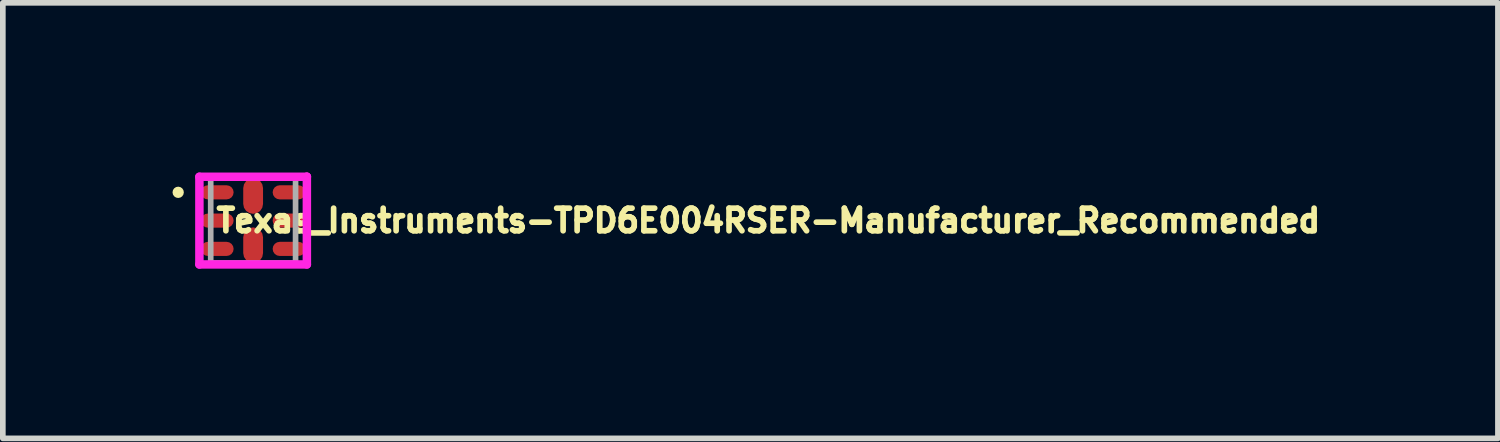
<source format=kicad_pcb>
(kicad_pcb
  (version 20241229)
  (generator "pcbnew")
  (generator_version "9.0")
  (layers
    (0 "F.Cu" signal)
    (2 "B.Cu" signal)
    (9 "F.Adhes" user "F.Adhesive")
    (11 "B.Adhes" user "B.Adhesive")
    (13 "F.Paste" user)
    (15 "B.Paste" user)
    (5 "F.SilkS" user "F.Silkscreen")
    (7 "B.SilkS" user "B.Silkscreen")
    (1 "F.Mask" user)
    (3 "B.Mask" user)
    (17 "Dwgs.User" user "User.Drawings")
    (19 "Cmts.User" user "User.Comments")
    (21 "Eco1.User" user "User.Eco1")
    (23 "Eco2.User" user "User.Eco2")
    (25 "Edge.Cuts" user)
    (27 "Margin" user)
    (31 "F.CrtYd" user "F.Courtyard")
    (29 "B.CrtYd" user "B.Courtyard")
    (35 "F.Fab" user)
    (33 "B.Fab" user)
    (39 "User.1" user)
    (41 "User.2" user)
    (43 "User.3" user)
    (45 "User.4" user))
  (footprint "Texas_Instruments-TPD6E004RSER-Manufacturer_Recommended"
    (layer "F.Cu")
    (at 1.425 0.85)
    (property "Reference" "Texas_Instruments-TPD6E004RSER-Manufacturer_Recommended" (at -0.7 0.000001 0) (layer "F.SilkS") (effects (font (size 0.4 0.4) (thickness 0.15)) (justify left)))
    (attr through_hole)
    (fp_circle (center -1.325 -0.5) (end -1.275 -0.5) (stroke (width 0.1) (type solid)) (fill no) (layer "F.SilkS"))
    (fp_poly (pts (xy -0.458 -0.612) (xy -0.812 -0.612) (xy -0.82 -0.612) (xy -0.828 -0.611) (xy -0.836 -0.61) (xy -0.843 -0.608) (xy -0.851 -0.605) (xy -0.858 -0.602) (xy -0.865 -0.598) (xy -0.871 -0.593) (xy -0.877 -0.589) (xy -0.883 -0.583) (xy -0.889 -0.577) (xy -0.893 -0.571) (xy -0.898 -0.565) (xy -0.902 -0.558) (xy -0.905 -0.551) (xy -0.908 -0.543) (xy -0.91 -0.536) (xy -0.911 -0.528) (xy -0.912 -0.52) (xy -0.912 -0.512) (xy -0.912 -0.487) (xy -0.912 -0.48) (xy -0.911 -0.472) (xy -0.91 -0.464) (xy -0.908 -0.457) (xy -0.905 -0.449) (xy -0.902 -0.442) (xy -0.898 -0.435) (xy -0.893 -0.429) (xy -0.889 -0.423) (xy -0.883 -0.417) (xy -0.877 -0.411) (xy -0.871 -0.407) (xy -0.865 -0.402) (xy -0.858 -0.398) (xy -0.851 -0.395) (xy -0.843 -0.392) (xy -0.836 -0.39) (xy -0.828 -0.389) (xy -0.82 -0.388) (xy -0.812 -0.387) (xy -0.458 -0.387) (xy -0.45 -0.388) (xy -0.442 -0.389) (xy -0.434 -0.39) (xy -0.427 -0.392) (xy -0.419 -0.395) (xy -0.412 -0.398) (xy -0.405 -0.402) (xy -0.399 -0.407) (xy -0.393 -0.411) (xy -0.387 -0.417) (xy -0.381 -0.423) (xy -0.377 -0.429) (xy -0.372 -0.435) (xy -0.368 -0.442) (xy -0.365 -0.449) (xy -0.362 -0.457) (xy -0.36 -0.464) (xy -0.359 -0.472) (xy -0.358 -0.48) (xy -0.358 -0.487) (xy -0.358 -0.512) (xy -0.358 -0.52) (xy -0.359 -0.528) (xy -0.36 -0.536) (xy -0.362 -0.543) (xy -0.365 -0.551) (xy -0.368 -0.558) (xy -0.372 -0.565) (xy -0.377 -0.571) (xy -0.381 -0.577) (xy -0.387 -0.583) (xy -0.392 -0.588) (xy -0.399 -0.593) (xy -0.405 -0.598) (xy -0.412 -0.601) (xy -0.419 -0.605) (xy -0.427 -0.607) (xy -0.434 -0.609) (xy -0.442 -0.611) (xy -0.45 -0.612) (xy -0.458 -0.612)) (stroke (width 0) (type solid)) (fill yes) (layer "F.Paste"))
    (fp_poly (pts (xy -0.458 0.388) (xy -0.812 0.388) (xy -0.82 0.388) (xy -0.828 0.389) (xy -0.836 0.39) (xy -0.843 0.392) (xy -0.851 0.395) (xy -0.858 0.398) (xy -0.865 0.402) (xy -0.871 0.407) (xy -0.877 0.411) (xy -0.883 0.417) (xy -0.889 0.423) (xy -0.893 0.429) (xy -0.898 0.435) (xy -0.902 0.442) (xy -0.905 0.449) (xy -0.908 0.457) (xy -0.91 0.464) (xy -0.911 0.472) (xy -0.912 0.48) (xy -0.912 0.488) (xy -0.912 0.513) (xy -0.912 0.52) (xy -0.911 0.528) (xy -0.91 0.536) (xy -0.908 0.543) (xy -0.905 0.551) (xy -0.902 0.558) (xy -0.898 0.565) (xy -0.893 0.571) (xy -0.889 0.577) (xy -0.883 0.583) (xy -0.877 0.589) (xy -0.871 0.593) (xy -0.865 0.598) (xy -0.858 0.602) (xy -0.851 0.605) (xy -0.843 0.608) (xy -0.836 0.61) (xy -0.828 0.611) (xy -0.82 0.612) (xy -0.812 0.613) (xy -0.458 0.613) (xy -0.45 0.612) (xy -0.442 0.611) (xy -0.434 0.61) (xy -0.427 0.608) (xy -0.419 0.605) (xy -0.412 0.602) (xy -0.405 0.598) (xy -0.399 0.593) (xy -0.393 0.589) (xy -0.387 0.583) (xy -0.381 0.577) (xy -0.377 0.571) (xy -0.372 0.565) (xy -0.368 0.558) (xy -0.365 0.551) (xy -0.362 0.543) (xy -0.36 0.536) (xy -0.359 0.528) (xy -0.358 0.52) (xy -0.358 0.513) (xy -0.358 0.488) (xy -0.358 0.48) (xy -0.359 0.472) (xy -0.36 0.464) (xy -0.362 0.457) (xy -0.365 0.449) (xy -0.368 0.442) (xy -0.372 0.435) (xy -0.377 0.429) (xy -0.381 0.423) (xy -0.387 0.417) (xy -0.392 0.412) (xy -0.399 0.407) (xy -0.405 0.402) (xy -0.412 0.399) (xy -0.419 0.395) (xy -0.427 0.393) (xy -0.434 0.391) (xy -0.442 0.389) (xy -0.45 0.388) (xy -0.458 0.388)) (stroke (width 0) (type solid)) (fill yes) (layer "F.Paste"))
    (fp_poly (pts (xy -0.358 0.013) (xy -0.358 -0.013) (xy -0.358 -0.02) (xy -0.359 -0.028) (xy -0.36 -0.036) (xy -0.362 -0.043) (xy -0.365 -0.051) (xy -0.368 -0.058) (xy -0.372 -0.065) (xy -0.377 -0.071) (xy -0.381 -0.077) (xy -0.387 -0.083) (xy -0.393 -0.089) (xy -0.399 -0.093) (xy -0.405 -0.098) (xy -0.412 -0.102) (xy -0.419 -0.105) (xy -0.427 -0.108) (xy -0.434 -0.11) (xy -0.442 -0.111) (xy -0.45 -0.112) (xy -0.458 -0.112) (xy -0.812 -0.112) (xy -0.82 -0.112) (xy -0.828 -0.111) (xy -0.836 -0.11) (xy -0.843 -0.108) (xy -0.851 -0.105) (xy -0.858 -0.102) (xy -0.865 -0.098) (xy -0.871 -0.093) (xy -0.877 -0.089) (xy -0.883 -0.083) (xy -0.889 -0.077) (xy -0.893 -0.071) (xy -0.898 -0.065) (xy -0.902 -0.058) (xy -0.905 -0.051) (xy -0.908 -0.043) (xy -0.91 -0.036) (xy -0.911 -0.028) (xy -0.912 -0.02) (xy -0.912 -0.013) (xy -0.912 0.013) (xy -0.912 0.02) (xy -0.911 0.028) (xy -0.91 0.036) (xy -0.908 0.043) (xy -0.905 0.051) (xy -0.902 0.058) (xy -0.898 0.065) (xy -0.893 0.071) (xy -0.889 0.077) (xy -0.883 0.083) (xy -0.877 0.089) (xy -0.871 0.093) (xy -0.865 0.098) (xy -0.858 0.102) (xy -0.851 0.105) (xy -0.843 0.108) (xy -0.836 0.11) (xy -0.828 0.111) (xy -0.82 0.112) (xy -0.812 0.112) (xy -0.458 0.112) (xy -0.45 0.112) (xy -0.442 0.111) (xy -0.434 0.11) (xy -0.427 0.108) (xy -0.419 0.105) (xy -0.412 0.102) (xy -0.405 0.098) (xy -0.399 0.093) (xy -0.393 0.089) (xy -0.387 0.083) (xy -0.382 0.078) (xy -0.377 0.071) (xy -0.372 0.065) (xy -0.369 0.058) (xy -0.365 0.051) (xy -0.363 0.043) (xy -0.361 0.036) (xy -0.359 0.028) (xy -0.358 0.02) (xy -0.358 0.013)) (stroke (width 0) (type solid)) (fill yes) (layer "F.Paste"))
    (fp_poly (pts (xy -0.061 -0.133) (xy 0.061 -0.133) (xy 0.069 -0.133) (xy 0.077 -0.134) (xy 0.085 -0.135) (xy 0.092 -0.137) (xy 0.1 -0.14) (xy 0.107 -0.144) (xy 0.114 -0.147) (xy 0.121 -0.152) (xy 0.127 -0.157) (xy 0.133 -0.162) (xy 0.138 -0.168) (xy 0.143 -0.174) (xy 0.148 -0.181) (xy 0.151 -0.188) (xy 0.155 -0.195) (xy 0.158 -0.203) (xy 0.16 -0.21) (xy 0.161 -0.218) (xy 0.162 -0.226) (xy 0.163 -0.234) (xy 0.163 -0.636) (xy 0.162 -0.644) (xy 0.161 -0.652) (xy 0.16 -0.66) (xy 0.158 -0.667) (xy 0.155 -0.675) (xy 0.151 -0.682) (xy 0.148 -0.689) (xy 0.143 -0.696) (xy 0.138 -0.702) (xy 0.133 -0.708) (xy 0.127 -0.713) (xy 0.121 -0.718) (xy 0.114 -0.723) (xy 0.107 -0.726) (xy 0.1 -0.73) (xy 0.092 -0.733) (xy 0.085 -0.735) (xy 0.077 -0.736) (xy 0.069 -0.737) (xy 0.061 -0.737) (xy -0.061 -0.737) (xy -0.069 -0.737) (xy -0.077 -0.736) (xy -0.085 -0.735) (xy -0.092 -0.733) (xy -0.1 -0.73) (xy -0.107 -0.726) (xy -0.114 -0.723) (xy -0.121 -0.718) (xy -0.127 -0.713) (xy -0.133 -0.708) (xy -0.138 -0.702) (xy -0.143 -0.696) (xy -0.148 -0.689) (xy -0.151 -0.682) (xy -0.155 -0.675) (xy -0.158 -0.667) (xy -0.16 -0.66) (xy -0.161 -0.652) (xy -0.162 -0.644) (xy -0.162 -0.636) (xy -0.162 -0.234) (xy -0.162 -0.226) (xy -0.161 -0.218) (xy -0.16 -0.21) (xy -0.158 -0.203) (xy -0.155 -0.195) (xy -0.151 -0.188) (xy -0.148 -0.181) (xy -0.143 -0.174) (xy -0.138 -0.168) (xy -0.133 -0.162) (xy -0.127 -0.157) (xy -0.121 -0.152) (xy -0.114 -0.147) (xy -0.107 -0.144) (xy -0.1 -0.14) (xy -0.092 -0.137) (xy -0.085 -0.135) (xy -0.077 -0.134) (xy -0.069 -0.133) (xy -0.061 -0.133)) (stroke (width 0) (type solid)) (fill yes) (layer "F.Paste"))
    (fp_poly (pts (xy 0.061 0.737) (xy 0.069 0.737) (xy 0.077 0.736) (xy 0.085 0.735) (xy 0.092 0.733) (xy 0.1 0.73) (xy 0.107 0.726) (xy 0.114 0.723) (xy 0.121 0.718) (xy 0.127 0.713) (xy 0.133 0.708) (xy 0.138 0.702) (xy 0.143 0.696) (xy 0.148 0.689) (xy 0.151 0.682) (xy 0.155 0.675) (xy 0.158 0.667) (xy 0.16 0.66) (xy 0.161 0.652) (xy 0.162 0.644) (xy 0.163 0.636) (xy 0.163 0.234) (xy 0.162 0.226) (xy 0.161 0.218) (xy 0.16 0.21) (xy 0.158 0.203) (xy 0.155 0.195) (xy 0.151 0.188) (xy 0.148 0.181) (xy 0.143 0.174) (xy 0.138 0.168) (xy 0.133 0.162) (xy 0.127 0.157) (xy 0.121 0.152) (xy 0.114 0.147) (xy 0.107 0.144) (xy 0.1 0.14) (xy 0.092 0.137) (xy 0.085 0.135) (xy 0.077 0.134) (xy 0.069 0.133) (xy 0.061 0.133) (xy -0.061 0.133) (xy -0.069 0.133) (xy -0.077 0.134) (xy -0.085 0.135) (xy -0.092 0.137) (xy -0.1 0.14) (xy -0.107 0.144) (xy -0.114 0.147) (xy -0.121 0.152) (xy -0.127 0.157) (xy -0.133 0.162) (xy -0.138 0.168) (xy -0.143 0.174) (xy -0.148 0.181) (xy -0.151 0.188) (xy -0.155 0.195) (xy -0.158 0.203) (xy -0.16 0.21) (xy -0.161 0.218) (xy -0.162 0.226) (xy -0.162 0.234) (xy -0.162 0.636) (xy -0.162 0.644) (xy -0.161 0.652) (xy -0.16 0.66) (xy -0.158 0.667) (xy -0.155 0.675) (xy -0.151 0.682) (xy -0.148 0.689) (xy -0.143 0.696) (xy -0.138 0.702) (xy -0.133 0.708) (xy -0.127 0.713) (xy -0.121 0.718) (xy -0.114 0.723) (xy -0.107 0.726) (xy -0.1 0.73) (xy -0.092 0.733) (xy -0.085 0.735) (xy -0.077 0.736) (xy -0.069 0.737) (xy -0.061 0.737) (xy 0.061 0.738)) (stroke (width 0) (type solid)) (fill yes) (layer "F.Paste"))
    (fp_poly (pts (xy 0.357 -0.487) (xy 0.358 -0.48) (xy 0.359 -0.472) (xy 0.36 -0.464) (xy 0.362 -0.457) (xy 0.365 -0.449) (xy 0.368 -0.442) (xy 0.372 -0.435) (xy 0.377 -0.429) (xy 0.381 -0.423) (xy 0.387 -0.417) (xy 0.393 -0.411) (xy 0.399 -0.407) (xy 0.405 -0.402) (xy 0.412 -0.398) (xy 0.419 -0.395) (xy 0.427 -0.392) (xy 0.434 -0.39) (xy 0.442 -0.389) (xy 0.45 -0.388) (xy 0.457 -0.387) (xy 0.812 -0.387) (xy 0.82 -0.388) (xy 0.828 -0.389) (xy 0.836 -0.39) (xy 0.843 -0.392) (xy 0.851 -0.395) (xy 0.858 -0.398) (xy 0.865 -0.402) (xy 0.871 -0.407) (xy 0.877 -0.411) (xy 0.883 -0.417) (xy 0.889 -0.423) (xy 0.893 -0.429) (xy 0.898 -0.435) (xy 0.902 -0.442) (xy 0.905 -0.449) (xy 0.908 -0.457) (xy 0.91 -0.464) (xy 0.911 -0.472) (xy 0.912 -0.48) (xy 0.912 -0.487) (xy 0.912 -0.512) (xy 0.912 -0.52) (xy 0.911 -0.528) (xy 0.91 -0.536) (xy 0.908 -0.543) (xy 0.905 -0.551) (xy 0.902 -0.558) (xy 0.898 -0.565) (xy 0.893 -0.571) (xy 0.889 -0.577) (xy 0.883 -0.583) (xy 0.877 -0.589) (xy 0.871 -0.593) (xy 0.865 -0.598) (xy 0.858 -0.602) (xy 0.851 -0.605) (xy 0.843 -0.608) (xy 0.836 -0.61) (xy 0.828 -0.611) (xy 0.82 -0.612) (xy 0.812 -0.612) (xy 0.457 -0.612) (xy 0.45 -0.612) (xy 0.442 -0.611) (xy 0.434 -0.61) (xy 0.427 -0.608) (xy 0.419 -0.605) (xy 0.412 -0.602) (xy 0.405 -0.598) (xy 0.399 -0.593) (xy 0.393 -0.589) (xy 0.387 -0.583) (xy 0.381 -0.577) (xy 0.377 -0.571) (xy 0.372 -0.565) (xy 0.368 -0.558) (xy 0.365 -0.551) (xy 0.362 -0.543) (xy 0.36 -0.536) (xy 0.359 -0.528) (xy 0.358 -0.52) (xy 0.357 -0.512) (xy 0.357 -0.487)) (stroke (width 0) (type solid)) (fill yes) (layer "F.Paste"))
    (fp_poly (pts (xy 0.357 0.013) (xy 0.358 0.02) (xy 0.359 0.028) (xy 0.36 0.036) (xy 0.362 0.043) (xy 0.365 0.051) (xy 0.368 0.058) (xy 0.372 0.065) (xy 0.377 0.071) (xy 0.381 0.077) (xy 0.387 0.083) (xy 0.393 0.089) (xy 0.399 0.093) (xy 0.405 0.098) (xy 0.412 0.102) (xy 0.419 0.105) (xy 0.427 0.108) (xy 0.434 0.11) (xy 0.442 0.111) (xy 0.45 0.112) (xy 0.457 0.112) (xy 0.812 0.112) (xy 0.82 0.112) (xy 0.828 0.111) (xy 0.836 0.11) (xy 0.843 0.108) (xy 0.851 0.105) (xy 0.858 0.102) (xy 0.865 0.098) (xy 0.871 0.093) (xy 0.877 0.089) (xy 0.883 0.083) (xy 0.889 0.077) (xy 0.893 0.071) (xy 0.898 0.065) (xy 0.902 0.058) (xy 0.905 0.051) (xy 0.908 0.043) (xy 0.91 0.036) (xy 0.911 0.028) (xy 0.912 0.02) (xy 0.912 0.013) (xy 0.912 -0.013) (xy 0.912 -0.02) (xy 0.911 -0.028) (xy 0.91 -0.036) (xy 0.908 -0.043) (xy 0.905 -0.051) (xy 0.902 -0.058) (xy 0.898 -0.065) (xy 0.893 -0.071) (xy 0.889 -0.077) (xy 0.883 -0.083) (xy 0.877 -0.089) (xy 0.871 -0.093) (xy 0.865 -0.098) (xy 0.858 -0.102) (xy 0.851 -0.105) (xy 0.843 -0.108) (xy 0.836 -0.11) (xy 0.828 -0.111) (xy 0.82 -0.112) (xy 0.812 -0.112) (xy 0.457 -0.112) (xy 0.45 -0.112) (xy 0.442 -0.111) (xy 0.434 -0.11) (xy 0.427 -0.108) (xy 0.419 -0.105) (xy 0.412 -0.102) (xy 0.405 -0.098) (xy 0.399 -0.093) (xy 0.393 -0.089) (xy 0.387 -0.083) (xy 0.381 -0.077) (xy 0.377 -0.071) (xy 0.372 -0.065) (xy 0.368 -0.058) (xy 0.365 -0.051) (xy 0.362 -0.043) (xy 0.36 -0.036) (xy 0.359 -0.028) (xy 0.358 -0.02) (xy 0.357 -0.013) (xy 0.357 0.013)) (stroke (width 0) (type solid)) (fill yes) (layer "F.Paste"))
    (fp_poly (pts (xy 0.357 0.513) (xy 0.358 0.52) (xy 0.359 0.528) (xy 0.36 0.536) (xy 0.362 0.543) (xy 0.365 0.551) (xy 0.368 0.558) (xy 0.372 0.565) (xy 0.377 0.571) (xy 0.381 0.577) (xy 0.387 0.583) (xy 0.393 0.589) (xy 0.399 0.593) (xy 0.405 0.598) (xy 0.412 0.602) (xy 0.419 0.605) (xy 0.427 0.608) (xy 0.434 0.61) (xy 0.442 0.611) (xy 0.45 0.612) (xy 0.457 0.613) (xy 0.812 0.613) (xy 0.82 0.612) (xy 0.828 0.611) (xy 0.836 0.61) (xy 0.843 0.608) (xy 0.851 0.605) (xy 0.858 0.602) (xy 0.865 0.598) (xy 0.871 0.593) (xy 0.877 0.589) (xy 0.883 0.583) (xy 0.889 0.577) (xy 0.893 0.571) (xy 0.898 0.565) (xy 0.902 0.558) (xy 0.905 0.551) (xy 0.908 0.543) (xy 0.91 0.536) (xy 0.911 0.528) (xy 0.912 0.52) (xy 0.912 0.513) (xy 0.912 0.488) (xy 0.912 0.48) (xy 0.911 0.472) (xy 0.91 0.464) (xy 0.908 0.457) (xy 0.905 0.449) (xy 0.902 0.442) (xy 0.898 0.435) (xy 0.893 0.429) (xy 0.889 0.423) (xy 0.883 0.417) (xy 0.877 0.411) (xy 0.871 0.407) (xy 0.865 0.402) (xy 0.858 0.398) (xy 0.851 0.395) (xy 0.843 0.392) (xy 0.836 0.39) (xy 0.828 0.389) (xy 0.82 0.388) (xy 0.812 0.388) (xy 0.457 0.388) (xy 0.45 0.388) (xy 0.442 0.389) (xy 0.434 0.39) (xy 0.427 0.392) (xy 0.419 0.395) (xy 0.412 0.398) (xy 0.405 0.402) (xy 0.399 0.407) (xy 0.393 0.411) (xy 0.387 0.417) (xy 0.381 0.423) (xy 0.377 0.429) (xy 0.372 0.435) (xy 0.368 0.442) (xy 0.365 0.449) (xy 0.362 0.457) (xy 0.36 0.464) (xy 0.359 0.472) (xy 0.358 0.48) (xy 0.357 0.488) (xy 0.357 0.512)) (stroke (width 0) (type solid)) (fill yes) (layer "F.Paste"))
    (fp_line (start -0.95 -0.775) (end -0.95 0.775) (stroke (width 0.15) (type solid)) (layer "F.CrtYd"))
    (fp_line (start -0.95 0.775) (end 0.95 0.775) (stroke (width 0.15) (type solid)) (layer "F.CrtYd"))
    (fp_line (start 0.95 -0.775) (end -0.95 -0.775) (stroke (width 0.15) (type solid)) (layer "F.CrtYd"))
    (fp_line (start 0.95 -0.775) (end 0.95 -0.775) (stroke (width 0.15) (type solid)) (layer "F.CrtYd"))
    (fp_line (start 0.95 0.775) (end 0.95 -0.775) (stroke (width 0.15) (type solid)) (layer "F.CrtYd"))
    (fp_line (start -0.75 -0.75) (end 0.75 -0.75) (stroke (width 0.1) (type solid)) (layer "F.Fab"))
    (fp_line (start -0.75 0.75) (end -0.75 -0.75) (stroke (width 0.1) (type solid)) (layer "F.Fab"))
    (fp_line (start -0.75 0.75) (end 0.75 0.75) (stroke (width 0.1) (type solid)) (layer "F.Fab"))
    (fp_line (start 0.75 0.75) (end 0.75 -0.75) (stroke (width 0.1) (type solid)) (layer "F.Fab"))
    (pad "1" smd roundrect (at -0.635 -0.5 270) (size 0.25 0.58) (layers "F.Cu" "F.Mask") (roundrect_rratio 0.5))
    (pad "2" smd roundrect (at -0.635 -0.000001 270) (size 0.25 0.58) (layers "F.Cu" "F.Mask") (roundrect_rratio 0.5))
    (pad "3" smd roundrect (at -0.635 0.5 270) (size 0.25 0.58) (layers "F.Cu" "F.Mask") (roundrect_rratio 0.5))
    (pad "4" smd roundrect (at 0.000001 0.435) (size 0.35 0.63) (layers "F.Cu" "F.Mask") (roundrect_rratio 0.5))
    (pad "5" smd roundrect (at 0.635 0.5 270) (size 0.25 0.58) (layers "F.Cu" "F.Mask") (roundrect_rratio 0.5))
    (pad "6" smd roundrect (at 0.635 -0.000001 270) (size 0.25 0.58) (layers "F.Cu" "F.Mask") (roundrect_rratio 0.5))
    (pad "7" smd roundrect (at 0.635 -0.5 270) (size 0.25 0.58) (layers "F.Cu" "F.Mask") (roundrect_rratio 0.5))
    (pad "8" smd roundrect (at 0.000001 -0.435) (size 0.35 0.63) (layers "F.Cu" "F.Mask") (roundrect_rratio 0.5)))
  (gr_rect
    (start -3 -3)
    (end 23.431 4.7)
    (stroke (width 0.1) (type default))
    (fill no)
    (layer "Edge.Cuts")))
</source>
